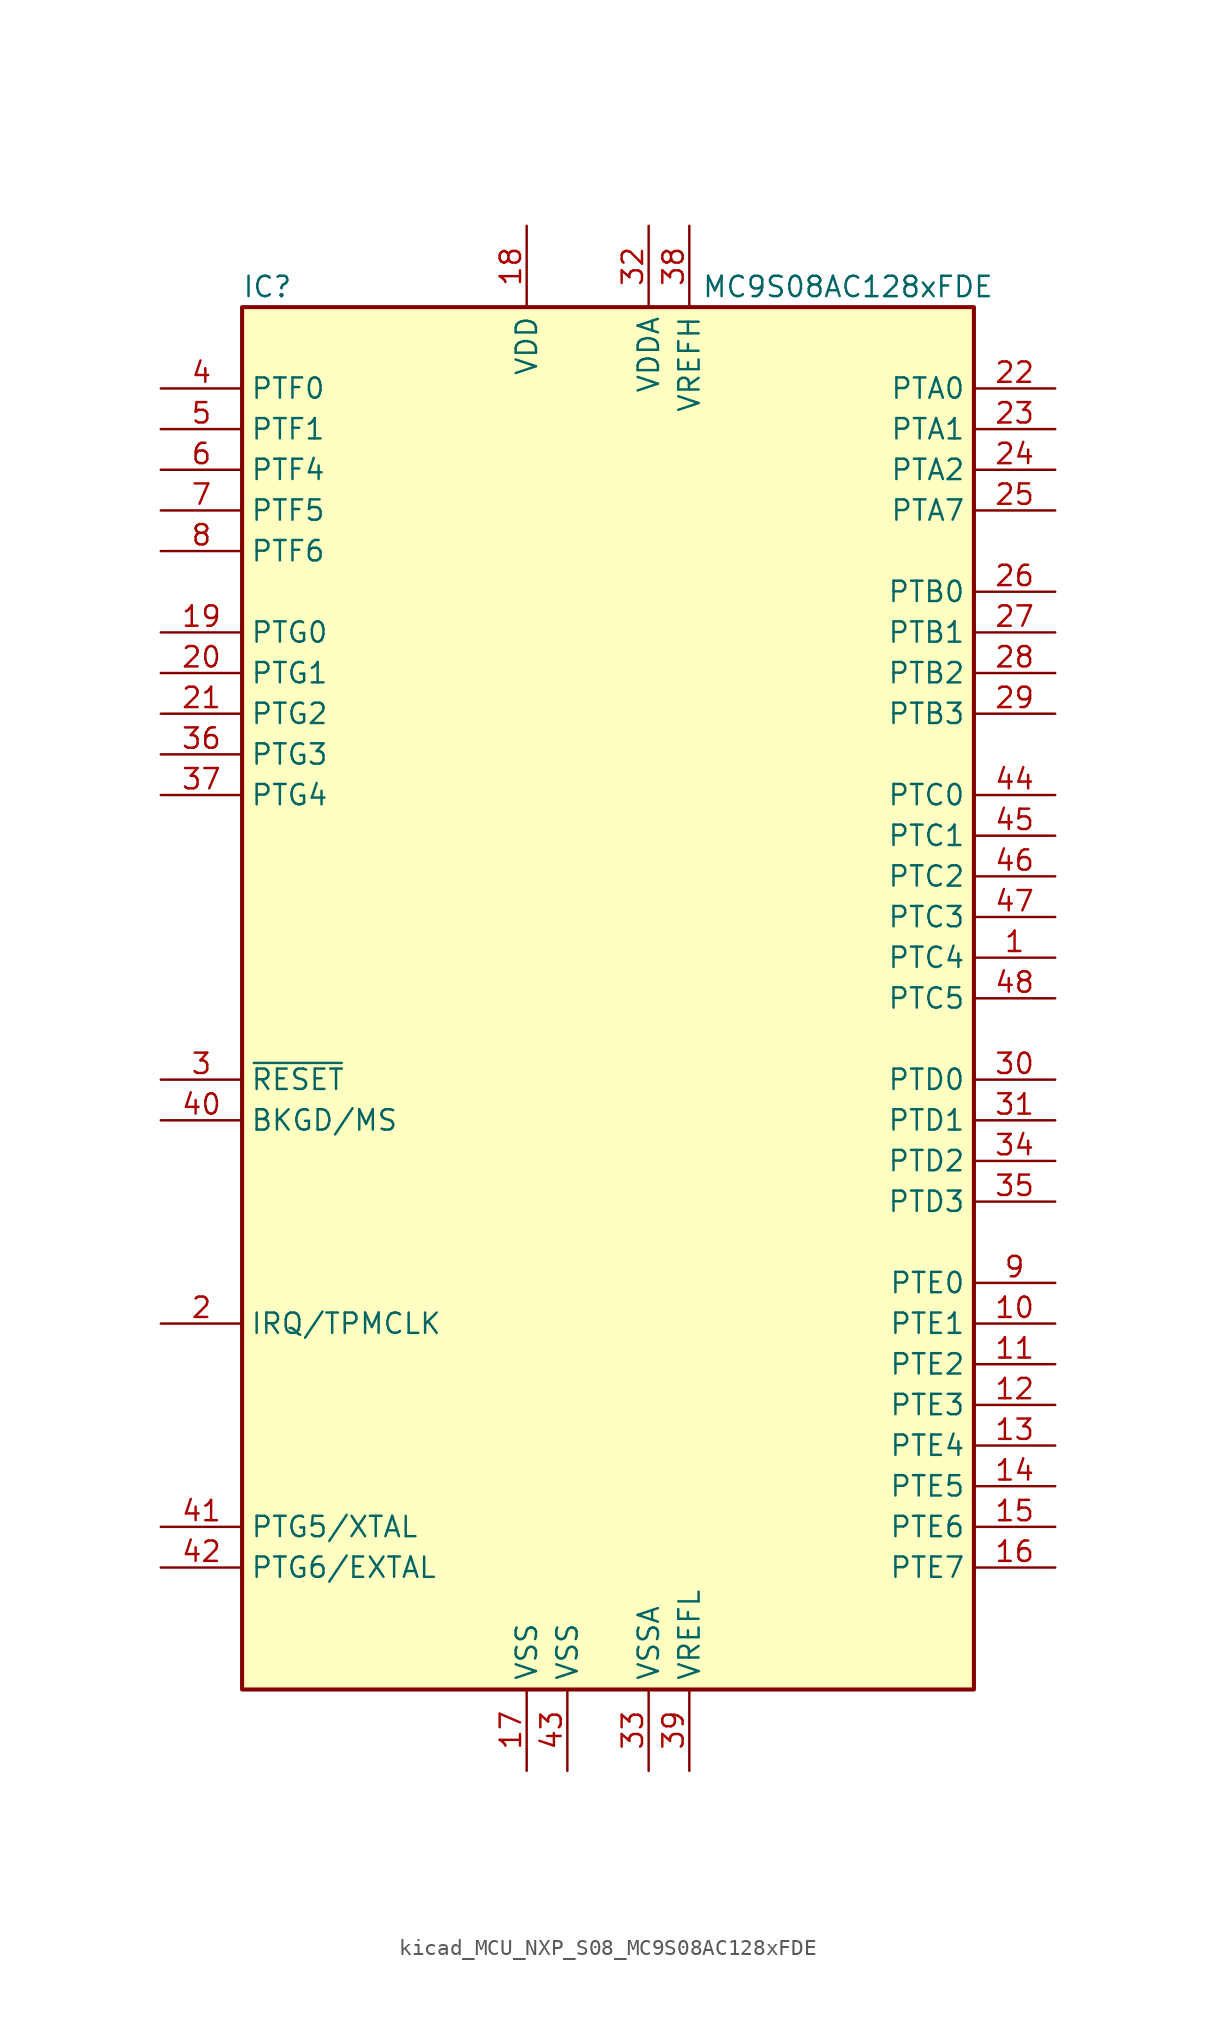
<source format=kicad_sym>
(kicad_symbol_lib
  (version 20220914)
  (generator kicad_symbol_editor)
  (symbol "kicad_MCU_NXP_S08_MC9S08AC128xFDE"
    (property "Reference" "IC"
      (at -22.86 44.45 0)
      (effects (font (size 1.27 1.27)) (justify left)))
    (property "Value" "MC9S08AC128xFDE"
      (at 24.13 44.45 0)
      (effects (font (size 1.27 1.27)) (justify right)))
    (symbol "kicad_MCU_NXP_S08_MC9S08AC128xFDE_0_1"
      (rectangle (start -22.86 43.18) (end 22.86 -43.18) (stroke (width 0.254) (type default)) (fill (type background))))
    (symbol "kicad_MCU_NXP_S08_MC9S08AC128xFDE_1_1"
      (pin bidirectional line (at 27.94 2.54 180) (length 5.08) (name "PTC4" (effects (font (size 1.27 1.27)))) (number "1" (effects (font (size 1.27 1.27)))))
      (pin bidirectional line (at 27.94 -20.32 180) (length 5.08) (name "PTE1" (effects (font (size 1.27 1.27)))) (number "10" (effects (font (size 1.27 1.27)))))
      (pin bidirectional line (at 27.94 -22.86 180) (length 5.08) (name "PTE2" (effects (font (size 1.27 1.27)))) (number "11" (effects (font (size 1.27 1.27)))))
      (pin bidirectional line (at 27.94 -25.4 180) (length 5.08) (name "PTE3" (effects (font (size 1.27 1.27)))) (number "12" (effects (font (size 1.27 1.27)))))
      (pin bidirectional line (at 27.94 -27.94 180) (length 5.08) (name "PTE4" (effects (font (size 1.27 1.27)))) (number "13" (effects (font (size 1.27 1.27)))))
      (pin bidirectional line (at 27.94 -30.48 180) (length 5.08) (name "PTE5" (effects (font (size 1.27 1.27)))) (number "14" (effects (font (size 1.27 1.27)))))
      (pin bidirectional line (at 27.94 -33.02 180) (length 5.08) (name "PTE6" (effects (font (size 1.27 1.27)))) (number "15" (effects (font (size 1.27 1.27)))))
      (pin bidirectional line (at 27.94 -35.56 180) (length 5.08) (name "PTE7" (effects (font (size 1.27 1.27)))) (number "16" (effects (font (size 1.27 1.27)))))
      (pin power_in line (at -5.08 -48.26 90) (length 5.08) (name "VSS" (effects (font (size 1.27 1.27)))) (number "17" (effects (font (size 1.27 1.27)))))
      (pin power_in line (at -5.08 48.26 270) (length 5.08) (name "VDD" (effects (font (size 1.27 1.27)))) (number "18" (effects (font (size 1.27 1.27)))))
      (pin bidirectional line (at -27.94 22.86 0) (length 5.08) (name "PTG0" (effects (font (size 1.27 1.27)))) (number "19" (effects (font (size 1.27 1.27)))))
      (pin input line (at -27.94 -20.32 0) (length 5.08) (name "IRQ/TPMCLK" (effects (font (size 1.27 1.27)))) (number "2" (effects (font (size 1.27 1.27)))))
      (pin bidirectional line (at -27.94 20.32 0) (length 5.08) (name "PTG1" (effects (font (size 1.27 1.27)))) (number "20" (effects (font (size 1.27 1.27)))))
      (pin bidirectional line (at -27.94 17.78 0) (length 5.08) (name "PTG2" (effects (font (size 1.27 1.27)))) (number "21" (effects (font (size 1.27 1.27)))))
      (pin bidirectional line (at 27.94 38.1 180) (length 5.08) (name "PTA0" (effects (font (size 1.27 1.27)))) (number "22" (effects (font (size 1.27 1.27)))))
      (pin bidirectional line (at 27.94 35.56 180) (length 5.08) (name "PTA1" (effects (font (size 1.27 1.27)))) (number "23" (effects (font (size 1.27 1.27)))))
      (pin bidirectional line (at 27.94 33.02 180) (length 5.08) (name "PTA2" (effects (font (size 1.27 1.27)))) (number "24" (effects (font (size 1.27 1.27)))))
      (pin bidirectional line (at 27.94 30.48 180) (length 5.08) (name "PTA7" (effects (font (size 1.27 1.27)))) (number "25" (effects (font (size 1.27 1.27)))))
      (pin bidirectional line (at 27.94 25.4 180) (length 5.08) (name "PTB0" (effects (font (size 1.27 1.27)))) (number "26" (effects (font (size 1.27 1.27)))))
      (pin bidirectional line (at 27.94 22.86 180) (length 5.08) (name "PTB1" (effects (font (size 1.27 1.27)))) (number "27" (effects (font (size 1.27 1.27)))))
      (pin bidirectional line (at 27.94 20.32 180) (length 5.08) (name "PTB2" (effects (font (size 1.27 1.27)))) (number "28" (effects (font (size 1.27 1.27)))))
      (pin bidirectional line (at 27.94 17.78 180) (length 5.08) (name "PTB3" (effects (font (size 1.27 1.27)))) (number "29" (effects (font (size 1.27 1.27)))))
      (pin input line (at -27.94 -5.08 0) (length 5.08) (name "~{RESET}" (effects (font (size 1.27 1.27)))) (number "3" (effects (font (size 1.27 1.27)))))
      (pin bidirectional line (at 27.94 -5.08 180) (length 5.08) (name "PTD0" (effects (font (size 1.27 1.27)))) (number "30" (effects (font (size 1.27 1.27)))))
      (pin bidirectional line (at 27.94 -7.62 180) (length 5.08) (name "PTD1" (effects (font (size 1.27 1.27)))) (number "31" (effects (font (size 1.27 1.27)))))
      (pin power_in line (at 2.54 48.26 270) (length 5.08) (name "VDDA" (effects (font (size 1.27 1.27)))) (number "32" (effects (font (size 1.27 1.27)))))
      (pin power_in line (at 2.54 -48.26 90) (length 5.08) (name "VSSA" (effects (font (size 1.27 1.27)))) (number "33" (effects (font (size 1.27 1.27)))))
      (pin bidirectional line (at 27.94 -10.16 180) (length 5.08) (name "PTD2" (effects (font (size 1.27 1.27)))) (number "34" (effects (font (size 1.27 1.27)))))
      (pin bidirectional line (at 27.94 -12.7 180) (length 5.08) (name "PTD3" (effects (font (size 1.27 1.27)))) (number "35" (effects (font (size 1.27 1.27)))))
      (pin bidirectional line (at -27.94 15.24 0) (length 5.08) (name "PTG3" (effects (font (size 1.27 1.27)))) (number "36" (effects (font (size 1.27 1.27)))))
      (pin bidirectional line (at -27.94 12.7 0) (length 5.08) (name "PTG4" (effects (font (size 1.27 1.27)))) (number "37" (effects (font (size 1.27 1.27)))))
      (pin power_in line (at 5.08 48.26 270) (length 5.08) (name "VREFH" (effects (font (size 1.27 1.27)))) (number "38" (effects (font (size 1.27 1.27)))))
      (pin power_in line (at 5.08 -48.26 90) (length 5.08) (name "VREFL" (effects (font (size 1.27 1.27)))) (number "39" (effects (font (size 1.27 1.27)))))
      (pin bidirectional line (at -27.94 38.1 0) (length 5.08) (name "PTF0" (effects (font (size 1.27 1.27)))) (number "4" (effects (font (size 1.27 1.27)))))
      (pin bidirectional line (at -27.94 -7.62 0) (length 5.08) (name "BKGD/MS" (effects (font (size 1.27 1.27)))) (number "40" (effects (font (size 1.27 1.27)))))
      (pin bidirectional line (at -27.94 -33.02 0) (length 5.08) (name "PTG5/XTAL" (effects (font (size 1.27 1.27)))) (number "41" (effects (font (size 1.27 1.27)))))
      (pin bidirectional line (at -27.94 -35.56 0) (length 5.08) (name "PTG6/EXTAL" (effects (font (size 1.27 1.27)))) (number "42" (effects (font (size 1.27 1.27)))))
      (pin power_in line (at -2.54 -48.26 90) (length 5.08) (name "VSS" (effects (font (size 1.27 1.27)))) (number "43" (effects (font (size 1.27 1.27)))))
      (pin bidirectional line (at 27.94 12.7 180) (length 5.08) (name "PTC0" (effects (font (size 1.27 1.27)))) (number "44" (effects (font (size 1.27 1.27)))))
      (pin bidirectional line (at 27.94 10.16 180) (length 5.08) (name "PTC1" (effects (font (size 1.27 1.27)))) (number "45" (effects (font (size 1.27 1.27)))))
      (pin bidirectional line (at 27.94 7.62 180) (length 5.08) (name "PTC2" (effects (font (size 1.27 1.27)))) (number "46" (effects (font (size 1.27 1.27)))))
      (pin bidirectional line (at 27.94 5.08 180) (length 5.08) (name "PTC3" (effects (font (size 1.27 1.27)))) (number "47" (effects (font (size 1.27 1.27)))))
      (pin bidirectional line (at 27.94 0 180) (length 5.08) (name "PTC5" (effects (font (size 1.27 1.27)))) (number "48" (effects (font (size 1.27 1.27)))))
      (pin bidirectional line (at -27.94 35.56 0) (length 5.08) (name "PTF1" (effects (font (size 1.27 1.27)))) (number "5" (effects (font (size 1.27 1.27)))))
      (pin bidirectional line (at -27.94 33.02 0) (length 5.08) (name "PTF4" (effects (font (size 1.27 1.27)))) (number "6" (effects (font (size 1.27 1.27)))))
      (pin bidirectional line (at -27.94 30.48 0) (length 5.08) (name "PTF5" (effects (font (size 1.27 1.27)))) (number "7" (effects (font (size 1.27 1.27)))))
      (pin bidirectional line (at -27.94 27.94 0) (length 5.08) (name "PTF6" (effects (font (size 1.27 1.27)))) (number "8" (effects (font (size 1.27 1.27)))))
      (pin bidirectional line (at 27.94 -17.78 180) (length 5.08) (name "PTE0" (effects (font (size 1.27 1.27)))) (number "9" (effects (font (size 1.27 1.27))))))))
</source>
